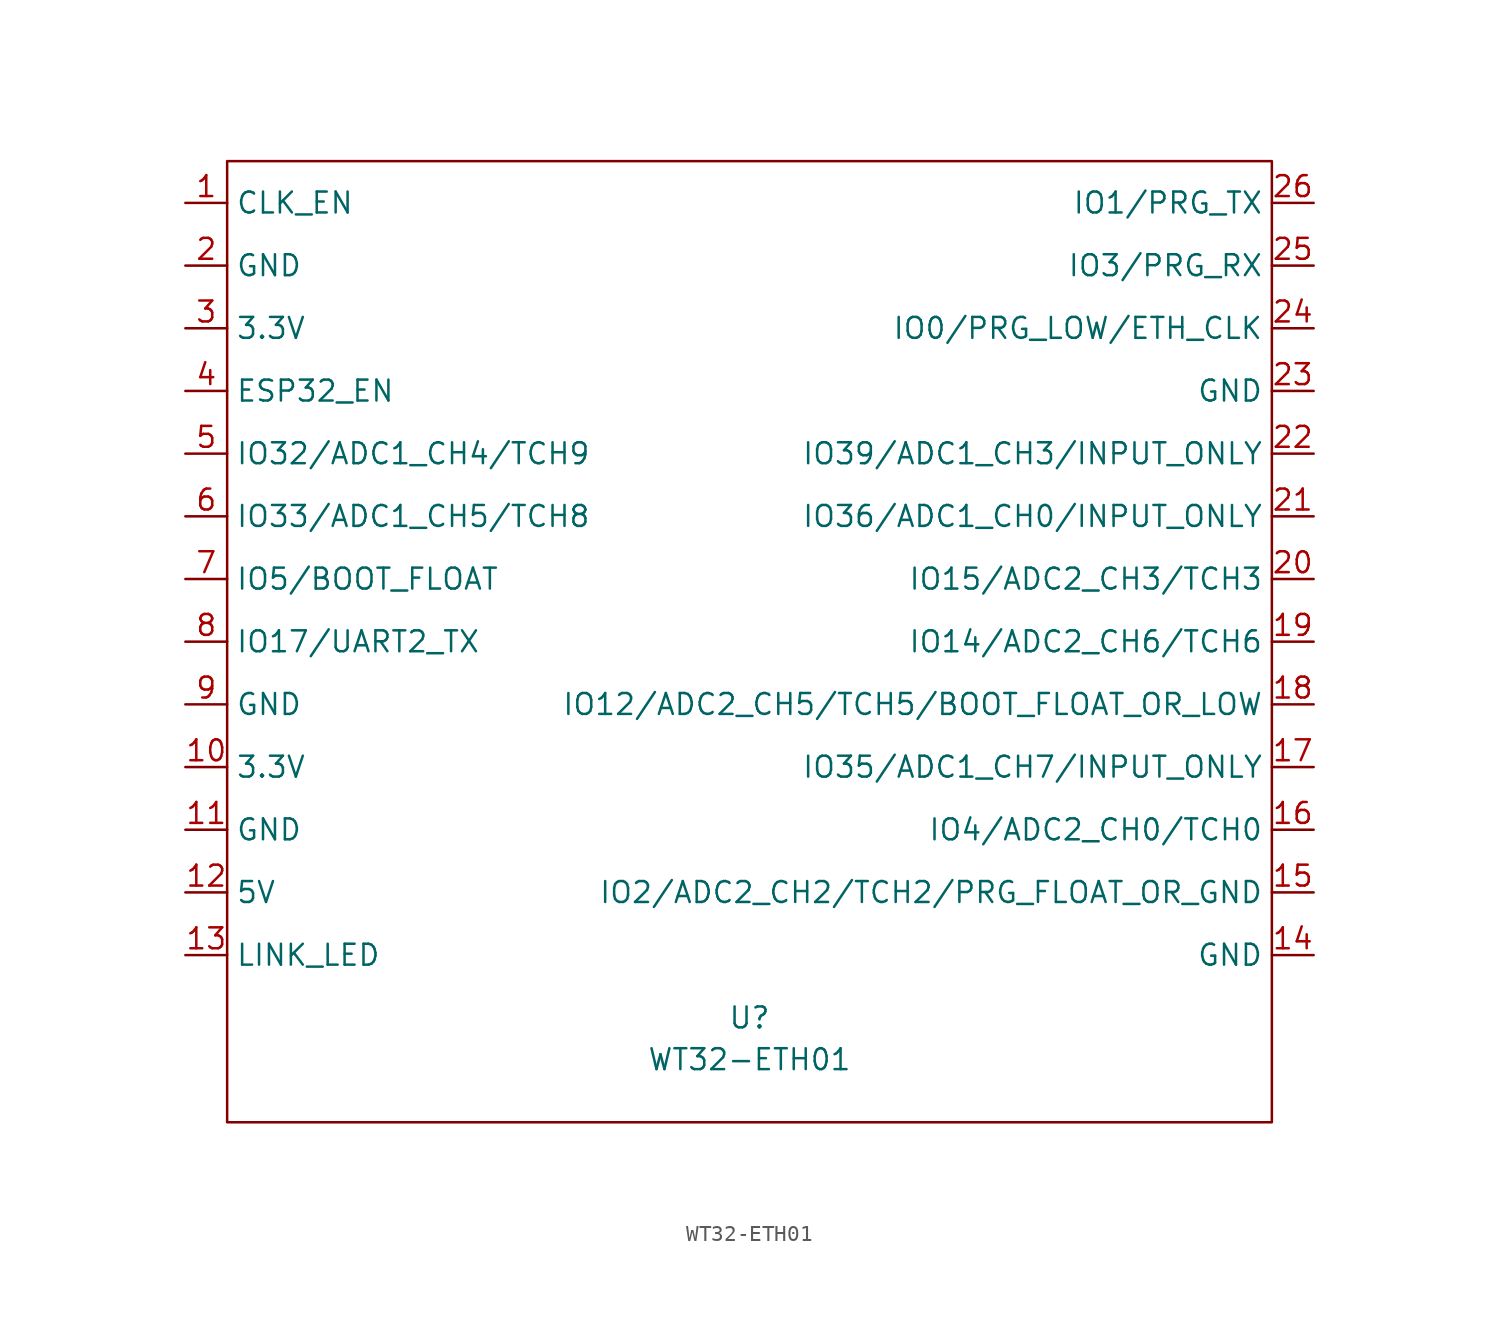
<source format=kicad_sym>
(kicad_symbol_lib
  (version 20220914)
  (generator kicad_symbol_editor)
  (symbol "WT32-ETH01"
    (property "Reference" "U"
      (at 0 -22.86 0)
      (effects (font (size 1.27 1.27))))
    (property "Value" "WT32-ETH01"
      (at 0 -25.4 0)
      (effects (font (size 1.27 1.27))))
    (symbol "WT32-ETH01_0_1"
      (rectangle (start -31.75 29.21) (end 31.75 -29.21) (stroke (width 0) (type default)) (fill (type none))))
    (symbol "WT32-ETH01_1_1"
      (pin bidirectional line (at -34.29 26.67 0) (length 2.54) (name "CLK_EN" (effects (font (size 1.27 1.27)))) (number "1" (effects (font (size 1.27 1.27)))))
      (pin power_out line (at -34.29 -7.62 0) (length 2.54) (name "3.3V" (effects (font (size 1.27 1.27)))) (number "10" (effects (font (size 1.27 1.27)))))
      (pin power_in line (at -34.29 -11.43 0) (length 2.54) (name "GND" (effects (font (size 1.27 1.27)))) (number "11" (effects (font (size 1.27 1.27)))))
      (pin power_in line (at -34.29 -15.24 0) (length 2.54) (name "5V" (effects (font (size 1.27 1.27)))) (number "12" (effects (font (size 1.27 1.27)))))
      (pin output line (at -34.29 -19.05 0) (length 2.54) (name "LINK_LED" (effects (font (size 1.27 1.27)))) (number "13" (effects (font (size 1.27 1.27)))))
      (pin power_in line (at 34.29 -19.05 180) (length 2.54) (name "GND" (effects (font (size 1.27 1.27)))) (number "14" (effects (font (size 1.27 1.27)))))
      (pin bidirectional line (at 34.29 -15.24 180) (length 2.54) (name "IO2/ADC2_CH2/TCH2/PRG_FLOAT_OR_GND" (effects (font (size 1.27 1.27)))) (number "15" (effects (font (size 1.27 1.27)))))
      (pin bidirectional line (at 34.29 -11.43 180) (length 2.54) (name "IO4/ADC2_CH0/TCH0" (effects (font (size 1.27 1.27)))) (number "16" (effects (font (size 1.27 1.27)))))
      (pin input line (at 34.29 -7.62 180) (length 2.54) (name "IO35/ADC1_CH7/INPUT_ONLY" (effects (font (size 1.27 1.27)))) (number "17" (effects (font (size 1.27 1.27)))))
      (pin bidirectional line (at 34.29 -3.81 180) (length 2.54) (name "IO12/ADC2_CH5/TCH5/BOOT_FLOAT_OR_LOW" (effects (font (size 1.27 1.27)))) (number "18" (effects (font (size 1.27 1.27)))))
      (pin bidirectional line (at 34.29 0 180) (length 2.54) (name "IO14/ADC2_CH6/TCH6" (effects (font (size 1.27 1.27)))) (number "19" (effects (font (size 1.27 1.27)))))
      (pin power_in line (at -34.29 22.86 0) (length 2.54) (name "GND" (effects (font (size 1.27 1.27)))) (number "2" (effects (font (size 1.27 1.27)))))
      (pin bidirectional line (at 34.29 3.81 180) (length 2.54) (name "IO15/ADC2_CH3/TCH3" (effects (font (size 1.27 1.27)))) (number "20" (effects (font (size 1.27 1.27)))))
      (pin input line (at 34.29 7.62 180) (length 2.54) (name "IO36/ADC1_CH0/INPUT_ONLY" (effects (font (size 1.27 1.27)))) (number "21" (effects (font (size 1.27 1.27)))))
      (pin input line (at 34.29 11.43 180) (length 2.54) (name "IO39/ADC1_CH3/INPUT_ONLY" (effects (font (size 1.27 1.27)))) (number "22" (effects (font (size 1.27 1.27)))))
      (pin power_in line (at 34.29 15.24 180) (length 2.54) (name "GND" (effects (font (size 1.27 1.27)))) (number "23" (effects (font (size 1.27 1.27)))))
      (pin bidirectional line (at 34.29 19.05 180) (length 2.54) (name "IO0/PRG_LOW/ETH_CLK" (effects (font (size 1.27 1.27)))) (number "24" (effects (font (size 1.27 1.27)))))
      (pin bidirectional line (at 34.29 22.86 180) (length 2.54) (name "IO3/PRG_RX" (effects (font (size 1.27 1.27)))) (number "25" (effects (font (size 1.27 1.27)))))
      (pin bidirectional line (at 34.29 26.67 180) (length 2.54) (name "IO1/PRG_TX" (effects (font (size 1.27 1.27)))) (number "26" (effects (font (size 1.27 1.27)))))
      (pin power_out line (at -34.29 19.05 0) (length 2.54) (name "3.3V" (effects (font (size 1.27 1.27)))) (number "3" (effects (font (size 1.27 1.27)))))
      (pin bidirectional line (at -34.29 15.24 0) (length 2.54) (name "ESP32_EN" (effects (font (size 1.27 1.27)))) (number "4" (effects (font (size 1.27 1.27)))))
      (pin bidirectional line (at -34.29 11.43 0) (length 2.54) (name "IO32/ADC1_CH4/TCH9" (effects (font (size 1.27 1.27)))) (number "5" (effects (font (size 1.27 1.27)))))
      (pin bidirectional line (at -34.29 7.62 0) (length 2.54) (name "IO33/ADC1_CH5/TCH8" (effects (font (size 1.27 1.27)))) (number "6" (effects (font (size 1.27 1.27)))))
      (pin bidirectional line (at -34.29 3.81 0) (length 2.54) (name "IO5/BOOT_FLOAT" (effects (font (size 1.27 1.27)))) (number "7" (effects (font (size 1.27 1.27)))))
      (pin bidirectional line (at -34.29 0 0) (length 2.54) (name "IO17/UART2_TX" (effects (font (size 1.27 1.27)))) (number "8" (effects (font (size 1.27 1.27)))))
      (pin power_in line (at -34.29 -3.81 0) (length 2.54) (name "GND" (effects (font (size 1.27 1.27)))) (number "9" (effects (font (size 1.27 1.27))))))))
</source>
